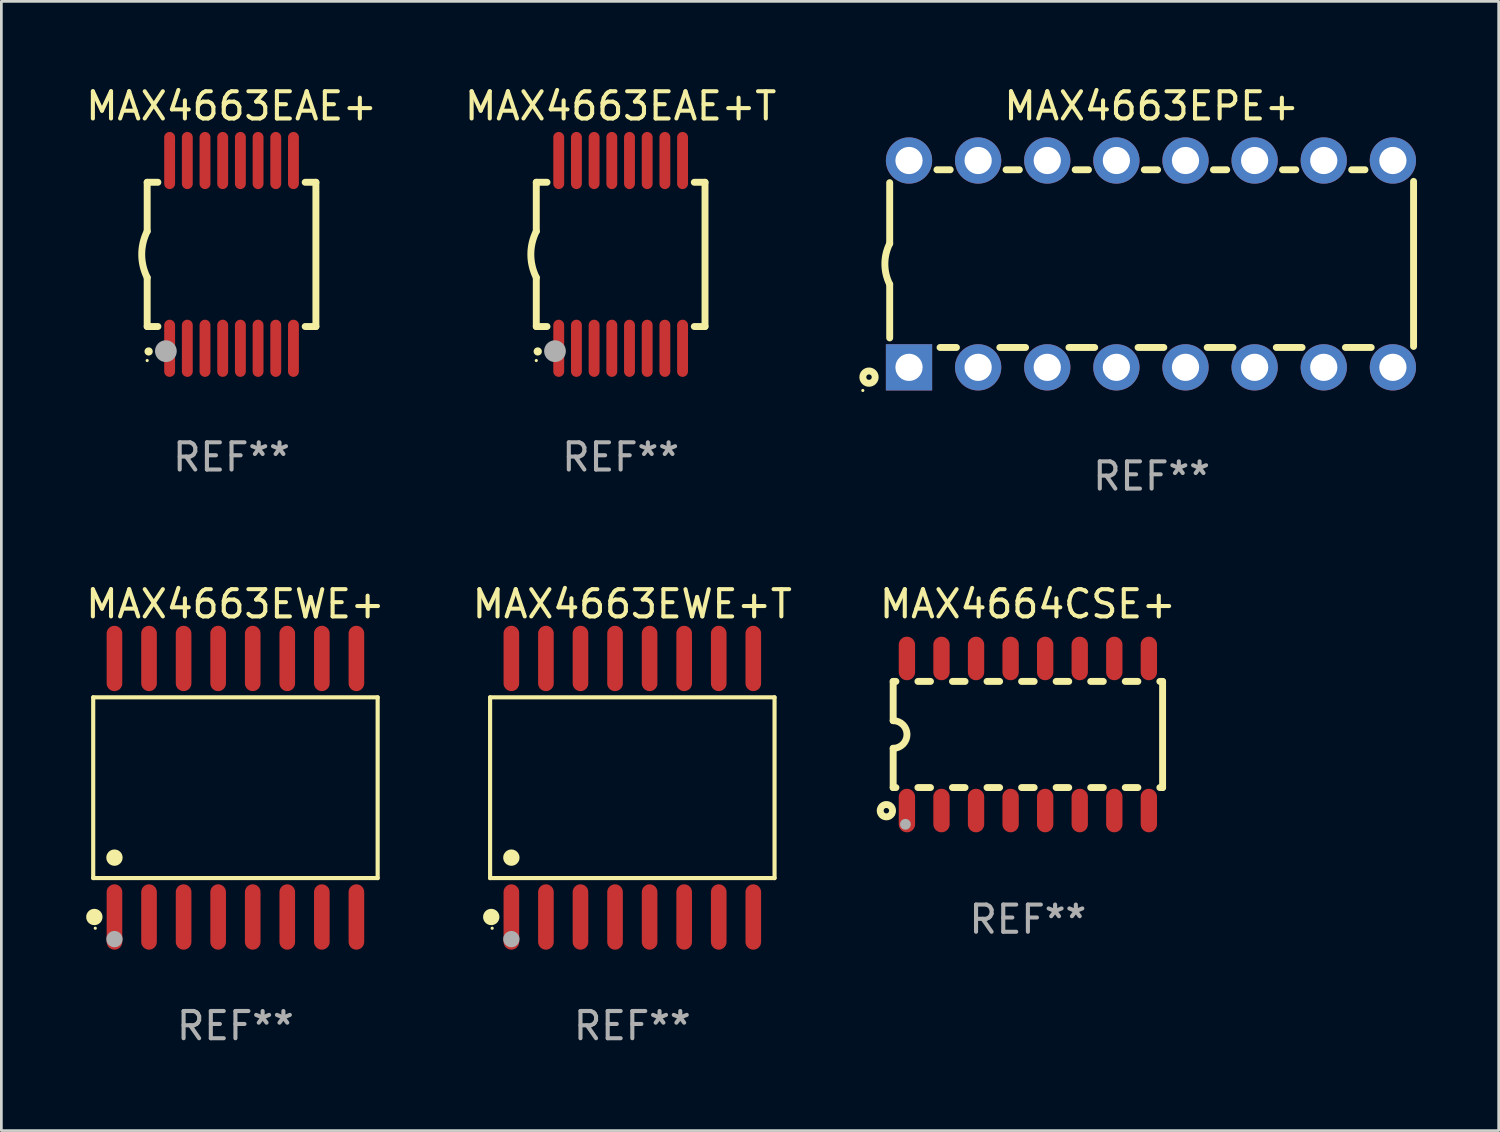
<source format=kicad_pcb>
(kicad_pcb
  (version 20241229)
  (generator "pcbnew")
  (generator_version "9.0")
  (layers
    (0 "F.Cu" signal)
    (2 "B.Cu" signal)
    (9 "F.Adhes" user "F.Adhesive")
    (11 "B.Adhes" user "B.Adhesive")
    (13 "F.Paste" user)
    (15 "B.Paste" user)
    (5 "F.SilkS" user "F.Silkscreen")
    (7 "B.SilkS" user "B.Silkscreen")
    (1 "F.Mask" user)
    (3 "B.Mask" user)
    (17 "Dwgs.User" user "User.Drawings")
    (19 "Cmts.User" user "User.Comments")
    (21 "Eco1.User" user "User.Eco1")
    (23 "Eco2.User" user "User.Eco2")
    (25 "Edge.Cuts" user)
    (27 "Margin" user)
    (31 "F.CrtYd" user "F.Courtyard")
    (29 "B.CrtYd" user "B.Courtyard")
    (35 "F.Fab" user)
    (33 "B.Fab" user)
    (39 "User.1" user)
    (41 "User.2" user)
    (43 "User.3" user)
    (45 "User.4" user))
  (footprint "MAX4663EWE+T"
    (layer "F.Cu")
    (at 20.185 25.895)
    (property "Reference" "MAX4663EWE+T" (at 0 -6.75 0) (layer "F.SilkS") (effects (font (size 1 1) (thickness 0.15))))
    (attr through_hole)
    (fp_line (start -5.226 -3.321) (end 5.226 -3.321) (stroke (width 0.152) (type solid)) (layer "F.SilkS"))
    (fp_line (start -5.226 3.321) (end -5.226 -3.321) (stroke (width 0.152) (type solid)) (layer "F.SilkS"))
    (fp_line (start 5.226 -3.321) (end 5.226 3.321) (stroke (width 0.152) (type solid)) (layer "F.SilkS"))
    (fp_line (start 5.226 3.321) (end -5.226 3.321) (stroke (width 0.152) (type solid)) (layer "F.SilkS"))
    (fp_circle (center -5.184 4.75) (end -5.034 4.75) (stroke (width 0.3) (type solid)) (fill no) (layer "F.SilkS"))
    (fp_circle (center -5.15 5.163) (end -5.12 5.163) (stroke (width 0.06) (type solid)) (fill no) (layer "F.SilkS"))
    (fp_circle (center -4.445 2.569) (end -4.295 2.569) (stroke (width 0.3) (type solid)) (fill no) (layer "F.SilkS"))
    (fp_circle (center -4.445 5.563) (end -4.295 5.563) (stroke (width 0.3) (type solid)) (fill no) (layer "F.Fab"))
    (fp_text user "REF**" (at 0 8.75 0) (layer "F.Fab") (effects (font (size 1 1) (thickness 0.15))))
    (pad "1" smd oval (at -4.445 4.75) (size 0.574 2.401) (layers "F.Cu" "F.Mask" "F.Paste"))
    (pad "2" smd oval (at -3.175 4.75) (size 0.574 2.401) (layers "F.Cu" "F.Mask" "F.Paste"))
    (pad "3" smd oval (at -1.905 4.75) (size 0.574 2.401) (layers "F.Cu" "F.Mask" "F.Paste"))
    (pad "4" smd oval (at -0.635 4.75) (size 0.574 2.401) (layers "F.Cu" "F.Mask" "F.Paste"))
    (pad "5" smd oval (at 0.635 4.75) (size 0.574 2.401) (layers "F.Cu" "F.Mask" "F.Paste"))
    (pad "6" smd oval (at 1.905 4.75) (size 0.574 2.401) (layers "F.Cu" "F.Mask" "F.Paste"))
    (pad "7" smd oval (at 3.175 4.75) (size 0.574 2.401) (layers "F.Cu" "F.Mask" "F.Paste"))
    (pad "8" smd oval (at 4.445 4.75) (size 0.574 2.401) (layers "F.Cu" "F.Mask" "F.Paste"))
    (pad "9" smd oval (at 4.445 -4.75) (size 0.574 2.401) (layers "F.Cu" "F.Mask" "F.Paste"))
    (pad "10" smd oval (at 3.175 -4.75) (size 0.574 2.401) (layers "F.Cu" "F.Mask" "F.Paste"))
    (pad "11" smd oval (at 1.905 -4.75) (size 0.574 2.401) (layers "F.Cu" "F.Mask" "F.Paste"))
    (pad "12" smd oval (at 0.635 -4.75) (size 0.574 2.401) (layers "F.Cu" "F.Mask" "F.Paste"))
    (pad "13" smd oval (at -0.635 -4.75) (size 0.574 2.401) (layers "F.Cu" "F.Mask" "F.Paste"))
    (pad "14" smd oval (at -1.905 -4.75) (size 0.574 2.401) (layers "F.Cu" "F.Mask" "F.Paste"))
    (pad "15" smd oval (at -3.175 -4.75) (size 0.574 2.401) (layers "F.Cu" "F.Mask" "F.Paste"))
    (pad "16" smd oval (at -4.445 -4.75) (size 0.574 2.401) (layers "F.Cu" "F.Mask" "F.Paste")))
  (footprint "MAX4664CSE+"
    (layer "F.Cu")
    (at 34.72 23.939)
    (property "Reference" "MAX4664CSE+" (at 0 -4.794 0) (layer "F.SilkS") (effects (font (size 1 1) (thickness 0.15))))
    (attr through_hole)
    (fp_line (start -4.95 -1.95) (end -4.95 -0.508) (stroke (width 0.254) (type solid)) (layer "F.SilkS"))
    (fp_line (start -4.95 -1.95) (end -4.849 -1.95) (stroke (width 0.254) (type solid)) (layer "F.SilkS"))
    (fp_line (start -4.95 1.95) (end -4.95 0.508) (stroke (width 0.254) (type solid)) (layer "F.SilkS"))
    (fp_line (start -4.95 1.95) (end -4.849 1.95) (stroke (width 0.254) (type solid)) (layer "F.SilkS"))
    (fp_line (start -4.041 -1.95) (end -3.579 -1.95) (stroke (width 0.254) (type solid)) (layer "F.SilkS"))
    (fp_line (start -4.041 1.95) (end -3.579 1.95) (stroke (width 0.254) (type solid)) (layer "F.SilkS"))
    (fp_line (start -2.771 -1.95) (end -2.309 -1.95) (stroke (width 0.254) (type solid)) (layer "F.SilkS"))
    (fp_line (start -2.771 1.95) (end -2.309 1.95) (stroke (width 0.254) (type solid)) (layer "F.SilkS"))
    (fp_line (start -1.501 -1.95) (end -1.039 -1.95) (stroke (width 0.254) (type solid)) (layer "F.SilkS"))
    (fp_line (start -1.501 1.95) (end -1.039 1.95) (stroke (width 0.254) (type solid)) (layer "F.SilkS"))
    (fp_line (start -0.231 -1.95) (end 0.231 -1.95) (stroke (width 0.254) (type solid)) (layer "F.SilkS"))
    (fp_line (start -0.231 1.95) (end 0.231 1.95) (stroke (width 0.254) (type solid)) (layer "F.SilkS"))
    (fp_line (start 1.039 -1.95) (end 1.501 -1.95) (stroke (width 0.254) (type solid)) (layer "F.SilkS"))
    (fp_line (start 1.039 1.95) (end 1.501 1.95) (stroke (width 0.254) (type solid)) (layer "F.SilkS"))
    (fp_line (start 2.309 -1.95) (end 2.771 -1.95) (stroke (width 0.254) (type solid)) (layer "F.SilkS"))
    (fp_line (start 2.309 1.95) (end 2.771 1.95) (stroke (width 0.254) (type solid)) (layer "F.SilkS"))
    (fp_line (start 3.579 -1.95) (end 4.041 -1.95) (stroke (width 0.254) (type solid)) (layer "F.SilkS"))
    (fp_line (start 3.579 1.95) (end 4.041 1.95) (stroke (width 0.254) (type solid)) (layer "F.SilkS"))
    (fp_line (start 4.849 -1.95) (end 4.95 -1.95) (stroke (width 0.254) (type solid)) (layer "F.SilkS"))
    (fp_line (start 4.849 1.95) (end 4.95 1.95) (stroke (width 0.254) (type solid)) (layer "F.SilkS"))
    (fp_line (start 4.95 -1.95) (end 4.95 1.95) (stroke (width 0.254) (type solid)) (layer "F.SilkS"))
    (fp_arc (start -4.95047 -0.508001) (mid -4.442469 -0.000228) (end -4.950013 0.508001) (stroke (width 0.254001) (type solid)) (layer "F.SilkS"))
    (fp_circle (center -5.2 2.8) (end -5.1 2.8) (stroke (width 0.254) (type solid)) (fill no) (layer "F.SilkS"))
    (fp_circle (center -4.95 2.947) (end -4.92 2.947) (stroke (width 0.06) (type solid)) (fill no) (layer "F.SilkS"))
    (fp_circle (center -4.5 3.3) (end -4.4 3.3) (stroke (width 0.2) (type solid)) (fill no) (layer "F.Fab"))
    (fp_text user "REF**" (at 0 6.794 0) (layer "F.Fab") (effects (font (size 1 1) (thickness 0.15))))
    (pad "1" smd oval (at -4.445 2.794) (size 0.6 1.6) (layers "F.Cu" "F.Mask" "F.Paste"))
    (pad "2" smd oval (at -3.175 2.794) (size 0.6 1.6) (layers "F.Cu" "F.Mask" "F.Paste"))
    (pad "3" smd oval (at -1.905 2.794) (size 0.6 1.6) (layers "F.Cu" "F.Mask" "F.Paste"))
    (pad "4" smd oval (at -0.635 2.794) (size 0.6 1.6) (layers "F.Cu" "F.Mask" "F.Paste"))
    (pad "5" smd oval (at 0.635 2.794) (size 0.6 1.6) (layers "F.Cu" "F.Mask" "F.Paste"))
    (pad "6" smd oval (at 1.905 2.794) (size 0.6 1.6) (layers "F.Cu" "F.Mask" "F.Paste"))
    (pad "7" smd oval (at 3.175 2.794) (size 0.6 1.6) (layers "F.Cu" "F.Mask" "F.Paste"))
    (pad "8" smd oval (at 4.445 2.794) (size 0.6 1.6) (layers "F.Cu" "F.Mask" "F.Paste"))
    (pad "9" smd oval (at 4.445 -2.794) (size 0.6 1.6) (layers "F.Cu" "F.Mask" "F.Paste"))
    (pad "10" smd oval (at 3.175 -2.794) (size 0.6 1.6) (layers "F.Cu" "F.Mask" "F.Paste"))
    (pad "11" smd oval (at 1.905 -2.794) (size 0.6 1.6) (layers "F.Cu" "F.Mask" "F.Paste"))
    (pad "12" smd oval (at 0.635 -2.794) (size 0.6 1.6) (layers "F.Cu" "F.Mask" "F.Paste"))
    (pad "13" smd oval (at -0.635 -2.794) (size 0.6 1.6) (layers "F.Cu" "F.Mask" "F.Paste"))
    (pad "14" smd oval (at -1.905 -2.794) (size 0.6 1.6) (layers "F.Cu" "F.Mask" "F.Paste"))
    (pad "15" smd oval (at -3.175 -2.794) (size 0.6 1.6) (layers "F.Cu" "F.Mask" "F.Paste"))
    (pad "16" smd oval (at -4.445 -2.794) (size 0.6 1.6) (layers "F.Cu" "F.Mask" "F.Paste")))
  (footprint "MAX4663EAE+T"
    (layer "F.Cu")
    (at 19.756 6.298)
    (property "Reference" "MAX4663EAE+T" (at 0 -5.45 0) (layer "F.SilkS") (effects (font (size 1 1) (thickness 0.15))))
    (attr through_hole)
    (fp_line (start -3.1 -2.65) (end -3.1 -0.85) (stroke (width 0.254) (type solid)) (layer "F.SilkS"))
    (fp_line (start -3.1 -2.65) (end -2.706 -2.65) (stroke (width 0.254) (type solid)) (layer "F.SilkS"))
    (fp_line (start -3.1 2.65) (end -3.1 0.85) (stroke (width 0.254) (type solid)) (layer "F.SilkS"))
    (fp_line (start -3.1 2.65) (end -2.706 2.65) (stroke (width 0.254) (type solid)) (layer "F.SilkS"))
    (fp_line (start 2.706 -2.65) (end 3.1 -2.65) (stroke (width 0.254) (type solid)) (layer "F.SilkS"))
    (fp_line (start 2.706 2.65) (end 3.1 2.65) (stroke (width 0.254) (type solid)) (layer "F.SilkS"))
    (fp_line (start 3.1 -2.65) (end 3.1 2.65) (stroke (width 0.254) (type solid)) (layer "F.SilkS"))
    (fp_arc (start -3.098907 0.850902) (mid -3.300057 0.000523) (end -3.1 -0.850114) (stroke (width 0.254001) (type solid)) (layer "F.SilkS"))
    (fp_arc (start -3.048006 3.566066) (mid -3.046736 3.566061) (end -3.045466 3.566066) (stroke (width 0.3) (type solid)) (layer "F.SilkS"))
    (fp_circle (center -3.1 3.9) (end -3.07 3.9) (stroke (width 0.06) (type solid)) (fill no) (layer "F.SilkS"))
    (fp_circle (center -2.413 3.556) (end -2.213 3.556) (stroke (width 0.4) (type solid)) (fill no) (layer "F.Fab"))
    (fp_text user "REF**" (at 0 7.45 0) (layer "F.Fab") (effects (font (size 1 1) (thickness 0.15))))
    (pad "1" smd oval (at -2.275 3.45 180) (size 0.4 2.1) (layers "F.Cu" "F.Mask" "F.Paste"))
    (pad "2" smd oval (at -1.625 3.45 180) (size 0.4 2.1) (layers "F.Cu" "F.Mask" "F.Paste"))
    (pad "3" smd oval (at -0.975 3.45 180) (size 0.4 2.1) (layers "F.Cu" "F.Mask" "F.Paste"))
    (pad "4" smd oval (at -0.325 3.45 180) (size 0.4 2.1) (layers "F.Cu" "F.Mask" "F.Paste"))
    (pad "5" smd oval (at 0.325 3.45 180) (size 0.4 2.1) (layers "F.Cu" "F.Mask" "F.Paste"))
    (pad "6" smd oval (at 0.975 3.45 180) (size 0.4 2.1) (layers "F.Cu" "F.Mask" "F.Paste"))
    (pad "7" smd oval (at 1.625 3.45 180) (size 0.4 2.1) (layers "F.Cu" "F.Mask" "F.Paste"))
    (pad "8" smd oval (at 2.275 3.45 180) (size 0.4 2.1) (layers "F.Cu" "F.Mask" "F.Paste"))
    (pad "9" smd oval (at 2.275 -3.45 180) (size 0.4 2.1) (layers "F.Cu" "F.Mask" "F.Paste"))
    (pad "10" smd oval (at 1.625 -3.45 180) (size 0.4 2.1) (layers "F.Cu" "F.Mask" "F.Paste"))
    (pad "11" smd oval (at 0.975 -3.45 180) (size 0.4 2.1) (layers "F.Cu" "F.Mask" "F.Paste"))
    (pad "12" smd oval (at 0.325 -3.45 180) (size 0.4 2.1) (layers "F.Cu" "F.Mask" "F.Paste"))
    (pad "13" smd oval (at -0.325 -3.45 180) (size 0.4 2.1) (layers "F.Cu" "F.Mask" "F.Paste"))
    (pad "14" smd oval (at -0.975 -3.45 180) (size 0.4 2.1) (layers "F.Cu" "F.Mask" "F.Paste"))
    (pad "15" smd oval (at -1.625 -3.45 180) (size 0.4 2.1) (layers "F.Cu" "F.Mask" "F.Paste"))
    (pad "16" smd oval (at -2.275 -3.45 180) (size 0.4 2.1) (layers "F.Cu" "F.Mask" "F.Paste")))
  (footprint "MAX4663EPE+"
    (layer "F.Cu")
    (at 39.267 6.648)
    (property "Reference" "MAX4663EPE+" (at 0 -5.8 0) (layer "F.SilkS") (effects (font (size 1 1) (thickness 0.15))))
    (attr through_hole)
    (fp_line (start -9.625 -0.75) (end -9.625 -2.985) (stroke (width 0.254) (type solid)) (layer "F.SilkS"))
    (fp_line (start -9.625 0.749) (end -9.625 2.719) (stroke (width 0.254) (type solid)) (layer "F.SilkS"))
    (fp_line (start -7.889 -3.46) (end -7.401 -3.46) (stroke (width 0.254) (type solid)) (layer "F.SilkS"))
    (fp_line (start -7.775 3.07) (end -7.172 3.07) (stroke (width 0.254) (type solid)) (layer "F.SilkS"))
    (fp_line (start -5.578 3.07) (end -4.632 3.07) (stroke (width 0.254) (type solid)) (layer "F.SilkS"))
    (fp_line (start -5.349 -3.46) (end -4.861 -3.46) (stroke (width 0.254) (type solid)) (layer "F.SilkS"))
    (fp_line (start -3.038 3.07) (end -2.092 3.07) (stroke (width 0.254) (type solid)) (layer "F.SilkS"))
    (fp_line (start -2.809 -3.46) (end -2.321 -3.46) (stroke (width 0.254) (type solid)) (layer "F.SilkS"))
    (fp_line (start -0.498 3.07) (end 0.448 3.07) (stroke (width 0.254) (type solid)) (layer "F.SilkS"))
    (fp_line (start -0.269 -3.46) (end 0.219 -3.46) (stroke (width 0.254) (type solid)) (layer "F.SilkS"))
    (fp_line (start 2.042 3.07) (end 2.988 3.07) (stroke (width 0.254) (type solid)) (layer "F.SilkS"))
    (fp_line (start 2.271 -3.46) (end 2.759 -3.46) (stroke (width 0.254) (type solid)) (layer "F.SilkS"))
    (fp_line (start 4.582 3.07) (end 5.528 3.07) (stroke (width 0.254) (type solid)) (layer "F.SilkS"))
    (fp_line (start 4.811 -3.46) (end 5.299 -3.46) (stroke (width 0.254) (type solid)) (layer "F.SilkS"))
    (fp_line (start 7.122 3.07) (end 8.068 3.07) (stroke (width 0.254) (type solid)) (layer "F.SilkS"))
    (fp_line (start 7.351 -3.46) (end 7.839 -3.46) (stroke (width 0.254) (type solid)) (layer "F.SilkS"))
    (fp_line (start 9.625 3.032) (end 9.625 -3.032) (stroke (width 0.254) (type solid)) (layer "F.SilkS"))
    (fp_arc (start -9.62498 0.748819) (mid -9.801899 -0.000581) (end -9.625006 -0.749987) (stroke (width 0.254001) (type solid)) (layer "F.SilkS"))
    (fp_circle (center -10.612 4.65) (end -10.582 4.65) (stroke (width 0.06) (type solid)) (fill no) (layer "F.SilkS"))
    (fp_circle (center -10.385 4.16) (end -10.285 4.16) (stroke (width 0.254) (type solid)) (fill no) (layer "F.SilkS"))
    (fp_text user "REF**" (at 0 7.8 0) (layer "F.Fab") (effects (font (size 1 1) (thickness 0.15))))
    (pad "1" thru_hole rect (at -8.915 3.8 90) (size 1.7 1.7) (drill 1) (layers "*.Cu" "*.Mask"))
    (pad "2" thru_hole circle (at -6.375 3.8) (size 1.7 1.7) (drill 1) (layers "*.Cu" "*.Mask"))
    (pad "3" thru_hole circle (at -3.835 3.8) (size 1.7 1.7) (drill 1) (layers "*.Cu" "*.Mask"))
    (pad "4" thru_hole circle (at -1.295 3.8) (size 1.7 1.7) (drill 1) (layers "*.Cu" "*.Mask"))
    (pad "5" thru_hole circle (at 1.245 3.8) (size 1.7 1.7) (drill 1) (layers "*.Cu" "*.Mask"))
    (pad "6" thru_hole circle (at 3.785 3.8) (size 1.7 1.7) (drill 1) (layers "*.Cu" "*.Mask"))
    (pad "7" thru_hole circle (at 6.325 3.8) (size 1.7 1.7) (drill 1) (layers "*.Cu" "*.Mask"))
    (pad "8" thru_hole circle (at 8.865 3.8) (size 1.7 1.7) (drill 1) (layers "*.Cu" "*.Mask"))
    (pad "9" thru_hole circle (at 8.865 -3.8) (size 1.7 1.7) (drill 1) (layers "*.Cu" "*.Mask"))
    (pad "10" thru_hole circle (at 6.325 -3.8) (size 1.7 1.7) (drill 1) (layers "*.Cu" "*.Mask"))
    (pad "11" thru_hole circle (at 3.785 -3.8) (size 1.7 1.7) (drill 1) (layers "*.Cu" "*.Mask"))
    (pad "12" thru_hole circle (at 1.245 -3.8) (size 1.7 1.7) (drill 1) (layers "*.Cu" "*.Mask"))
    (pad "13" thru_hole circle (at -1.295 -3.8) (size 1.7 1.7) (drill 1) (layers "*.Cu" "*.Mask"))
    (pad "14" thru_hole circle (at -3.835 -3.8) (size 1.7 1.7) (drill 1) (layers "*.Cu" "*.Mask"))
    (pad "15" thru_hole circle (at -6.375 -3.8) (size 1.7 1.7) (drill 1) (layers "*.Cu" "*.Mask"))
    (pad "16" thru_hole circle (at -8.915 -3.8) (size 1.7 1.7) (drill 1) (layers "*.Cu" "*.Mask")))
  (footprint "MAX4663EAE+"
    (layer "F.Cu")
    (at 5.458 6.298)
    (property "Reference" "MAX4663EAE+" (at 0 -5.45 0) (layer "F.SilkS") (effects (font (size 1 1) (thickness 0.15))))
    (attr through_hole)
    (fp_line (start -3.1 -2.65) (end -3.1 -0.85) (stroke (width 0.254) (type solid)) (layer "F.SilkS"))
    (fp_line (start -3.1 -2.65) (end -2.706 -2.65) (stroke (width 0.254) (type solid)) (layer "F.SilkS"))
    (fp_line (start -3.1 2.65) (end -3.1 0.85) (stroke (width 0.254) (type solid)) (layer "F.SilkS"))
    (fp_line (start -3.1 2.65) (end -2.706 2.65) (stroke (width 0.254) (type solid)) (layer "F.SilkS"))
    (fp_line (start 2.706 -2.65) (end 3.1 -2.65) (stroke (width 0.254) (type solid)) (layer "F.SilkS"))
    (fp_line (start 2.706 2.65) (end 3.1 2.65) (stroke (width 0.254) (type solid)) (layer "F.SilkS"))
    (fp_line (start 3.1 -2.65) (end 3.1 2.65) (stroke (width 0.254) (type solid)) (layer "F.SilkS"))
    (fp_arc (start -3.098907 0.850902) (mid -3.300057 0.000523) (end -3.1 -0.850114) (stroke (width 0.254001) (type solid)) (layer "F.SilkS"))
    (fp_arc (start -3.048006 3.566066) (mid -3.046736 3.566061) (end -3.045466 3.566066) (stroke (width 0.3) (type solid)) (layer "F.SilkS"))
    (fp_circle (center -3.1 3.9) (end -3.07 3.9) (stroke (width 0.06) (type solid)) (fill no) (layer "F.SilkS"))
    (fp_circle (center -2.413 3.556) (end -2.213 3.556) (stroke (width 0.4) (type solid)) (fill no) (layer "F.Fab"))
    (fp_text user "REF**" (at 0 7.45 0) (layer "F.Fab") (effects (font (size 1 1) (thickness 0.15))))
    (pad "1" smd oval (at -2.275 3.45 180) (size 0.4 2.1) (layers "F.Cu" "F.Mask" "F.Paste"))
    (pad "2" smd oval (at -1.625 3.45 180) (size 0.4 2.1) (layers "F.Cu" "F.Mask" "F.Paste"))
    (pad "3" smd oval (at -0.975 3.45 180) (size 0.4 2.1) (layers "F.Cu" "F.Mask" "F.Paste"))
    (pad "4" smd oval (at -0.325 3.45 180) (size 0.4 2.1) (layers "F.Cu" "F.Mask" "F.Paste"))
    (pad "5" smd oval (at 0.325 3.45 180) (size 0.4 2.1) (layers "F.Cu" "F.Mask" "F.Paste"))
    (pad "6" smd oval (at 0.975 3.45 180) (size 0.4 2.1) (layers "F.Cu" "F.Mask" "F.Paste"))
    (pad "7" smd oval (at 1.625 3.45 180) (size 0.4 2.1) (layers "F.Cu" "F.Mask" "F.Paste"))
    (pad "8" smd oval (at 2.275 3.45 180) (size 0.4 2.1) (layers "F.Cu" "F.Mask" "F.Paste"))
    (pad "9" smd oval (at 2.275 -3.45 180) (size 0.4 2.1) (layers "F.Cu" "F.Mask" "F.Paste"))
    (pad "10" smd oval (at 1.625 -3.45 180) (size 0.4 2.1) (layers "F.Cu" "F.Mask" "F.Paste"))
    (pad "11" smd oval (at 0.975 -3.45 180) (size 0.4 2.1) (layers "F.Cu" "F.Mask" "F.Paste"))
    (pad "12" smd oval (at 0.325 -3.45 180) (size 0.4 2.1) (layers "F.Cu" "F.Mask" "F.Paste"))
    (pad "13" smd oval (at -0.325 -3.45 180) (size 0.4 2.1) (layers "F.Cu" "F.Mask" "F.Paste"))
    (pad "14" smd oval (at -0.975 -3.45 180) (size 0.4 2.1) (layers "F.Cu" "F.Mask" "F.Paste"))
    (pad "15" smd oval (at -1.625 -3.45 180) (size 0.4 2.1) (layers "F.Cu" "F.Mask" "F.Paste"))
    (pad "16" smd oval (at -2.275 -3.45 180) (size 0.4 2.1) (layers "F.Cu" "F.Mask" "F.Paste")))
  (footprint "MAX4663EWE+"
    (layer "F.Cu")
    (at 5.601 25.895)
    (property "Reference" "MAX4663EWE+" (at 0 -6.75 0) (layer "F.SilkS") (effects (font (size 1 1) (thickness 0.15))))
    (attr through_hole)
    (fp_line (start -5.226 -3.321) (end 5.226 -3.321) (stroke (width 0.152) (type solid)) (layer "F.SilkS"))
    (fp_line (start -5.226 3.321) (end -5.226 -3.321) (stroke (width 0.152) (type solid)) (layer "F.SilkS"))
    (fp_line (start 5.226 -3.321) (end 5.226 3.321) (stroke (width 0.152) (type solid)) (layer "F.SilkS"))
    (fp_line (start 5.226 3.321) (end -5.226 3.321) (stroke (width 0.152) (type solid)) (layer "F.SilkS"))
    (fp_circle (center -5.184 4.75) (end -5.034 4.75) (stroke (width 0.3) (type solid)) (fill no) (layer "F.SilkS"))
    (fp_circle (center -5.15 5.163) (end -5.12 5.163) (stroke (width 0.06) (type solid)) (fill no) (layer "F.SilkS"))
    (fp_circle (center -4.445 2.569) (end -4.295 2.569) (stroke (width 0.3) (type solid)) (fill no) (layer "F.SilkS"))
    (fp_circle (center -4.445 5.563) (end -4.295 5.563) (stroke (width 0.3) (type solid)) (fill no) (layer "F.Fab"))
    (fp_text user "REF**" (at 0 8.75 0) (layer "F.Fab") (effects (font (size 1 1) (thickness 0.15))))
    (pad "1" smd oval (at -4.445 4.75) (size 0.574 2.401) (layers "F.Cu" "F.Mask" "F.Paste"))
    (pad "2" smd oval (at -3.175 4.75) (size 0.574 2.401) (layers "F.Cu" "F.Mask" "F.Paste"))
    (pad "3" smd oval (at -1.905 4.75) (size 0.574 2.401) (layers "F.Cu" "F.Mask" "F.Paste"))
    (pad "4" smd oval (at -0.635 4.75) (size 0.574 2.401) (layers "F.Cu" "F.Mask" "F.Paste"))
    (pad "5" smd oval (at 0.635 4.75) (size 0.574 2.401) (layers "F.Cu" "F.Mask" "F.Paste"))
    (pad "6" smd oval (at 1.905 4.75) (size 0.574 2.401) (layers "F.Cu" "F.Mask" "F.Paste"))
    (pad "7" smd oval (at 3.175 4.75) (size 0.574 2.401) (layers "F.Cu" "F.Mask" "F.Paste"))
    (pad "8" smd oval (at 4.445 4.75) (size 0.574 2.401) (layers "F.Cu" "F.Mask" "F.Paste"))
    (pad "9" smd oval (at 4.445 -4.75) (size 0.574 2.401) (layers "F.Cu" "F.Mask" "F.Paste"))
    (pad "10" smd oval (at 3.175 -4.75) (size 0.574 2.401) (layers "F.Cu" "F.Mask" "F.Paste"))
    (pad "11" smd oval (at 1.905 -4.75) (size 0.574 2.401) (layers "F.Cu" "F.Mask" "F.Paste"))
    (pad "12" smd oval (at 0.635 -4.75) (size 0.574 2.401) (layers "F.Cu" "F.Mask" "F.Paste"))
    (pad "13" smd oval (at -0.635 -4.75) (size 0.574 2.401) (layers "F.Cu" "F.Mask" "F.Paste"))
    (pad "14" smd oval (at -1.905 -4.75) (size 0.574 2.401) (layers "F.Cu" "F.Mask" "F.Paste"))
    (pad "15" smd oval (at -3.175 -4.75) (size 0.574 2.401) (layers "F.Cu" "F.Mask" "F.Paste"))
    (pad "16" smd oval (at -4.445 -4.75) (size 0.574 2.401) (layers "F.Cu" "F.Mask" "F.Paste")))
  (gr_rect
    (start -3 -3)
    (end 52.019 38.494)
    (stroke (width 0.1) (type default))
    (fill no)
    (layer "Edge.Cuts")))
</source>
